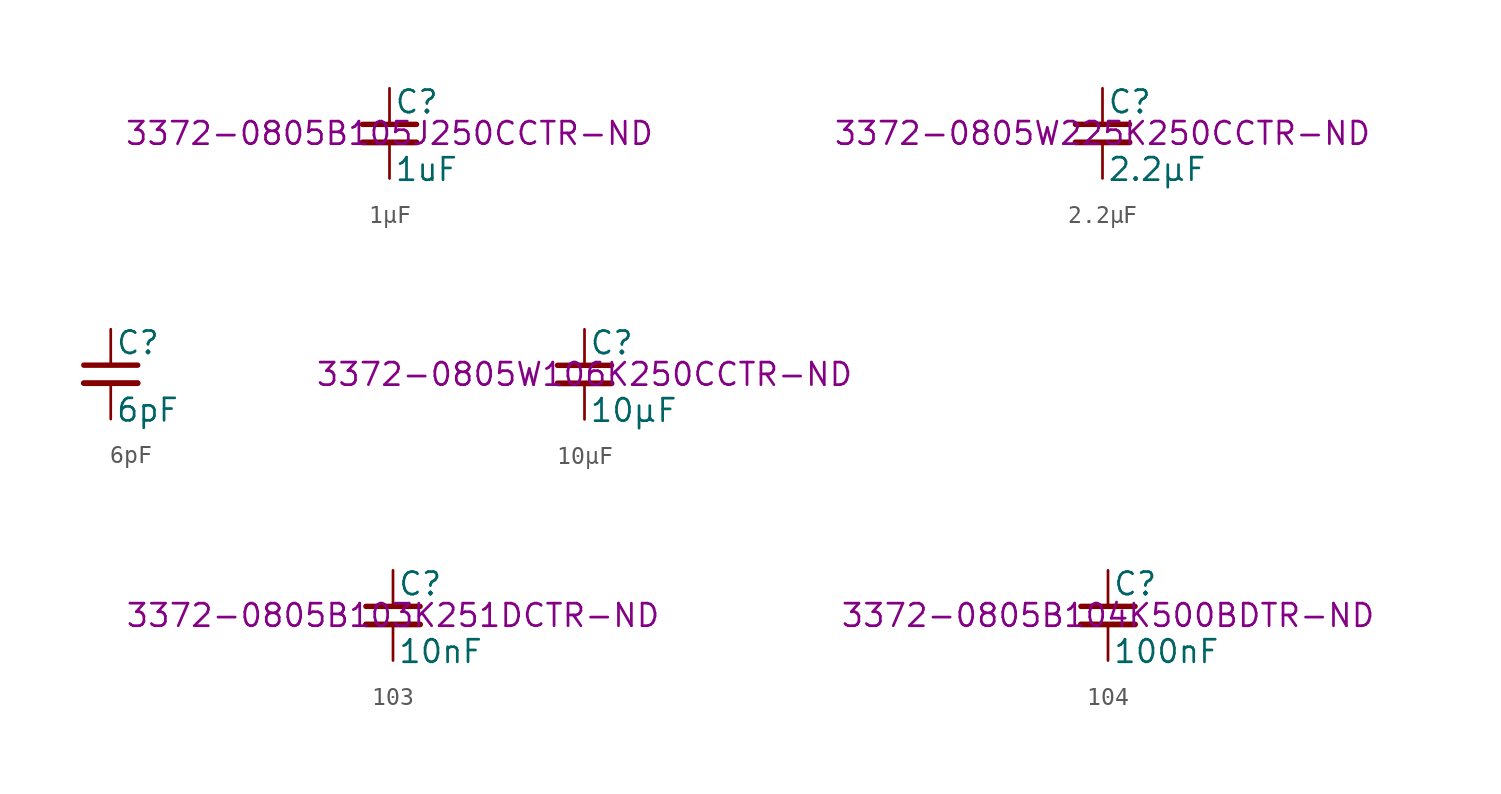
<source format=kicad_sym>
(kicad_symbol_lib
  (version 20231120)
  (generator "kicad_symbol_editor")
  (generator_version "8.0")
  (symbol "1μF"
    (pin_numbers hide)
    (pin_names
      (offset 0.254) hide)
    (property "Reference" "C"
      (at 0.254 1.778 0)
      (effects (font (size 1.27 1.27)) (justify left)))
    (property "Value" "1uF"
      (at 0.254 -2.032 0)
      (effects (font (size 1.27 1.27)) (justify left)))
    (property "Digikey part number" "3372-0805B105J250CCTR-ND"
      (at 0 0 0)
      (effects (font (size 1.27 1.27))))
    (symbol "1μF_0_1"
      (polyline (pts (xy -1.524 -0.508) (xy 1.524 -0.508)) (stroke (width 0.33) (type default)) (fill (type none)))
      (polyline (pts (xy -1.524 0.508) (xy 1.524 0.508)) (stroke (width 0.305) (type default)) (fill (type none))))
    (symbol "1μF_1_1"
      (pin passive line (at 0 2.54 270) (length 2.032) (name "~" (effects (font (size 1.27 1.27)))) (number "1" (effects (font (size 1.27 1.27)))))
      (pin passive line (at 0 -2.54 90) (length 2.032) (name "~" (effects (font (size 1.27 1.27)))) (number "2" (effects (font (size 1.27 1.27)))))))
  (symbol "2.2μF"
    (pin_numbers hide)
    (pin_names
      (offset 0.254) hide)
    (property "Reference" "C"
      (at 0.254 1.778 0)
      (effects (font (size 1.27 1.27)) (justify left)))
    (property "Value" "2.2μF"
      (at 0.254 -2.032 0)
      (effects (font (size 1.27 1.27)) (justify left)))
    (property "Digikey part number" "3372-0805W225K250CCTR-ND"
      (at 0 0 0)
      (effects (font (size 1.27 1.27))))
    (symbol "2.2μF_0_1"
      (polyline (pts (xy -1.524 -0.508) (xy 1.524 -0.508)) (stroke (width 0.33) (type default)) (fill (type none)))
      (polyline (pts (xy -1.524 0.508) (xy 1.524 0.508)) (stroke (width 0.305) (type default)) (fill (type none))))
    (symbol "2.2μF_1_1"
      (pin passive line (at 0 2.54 270) (length 2.032) (name "~" (effects (font (size 1.27 1.27)))) (number "1" (effects (font (size 1.27 1.27)))))
      (pin passive line (at 0 -2.54 90) (length 2.032) (name "~" (effects (font (size 1.27 1.27)))) (number "2" (effects (font (size 1.27 1.27)))))))
  (symbol "6pF"
    (pin_numbers hide)
    (pin_names
      (offset 0.254) hide)
    (property "Reference" "C"
      (at 0.254 1.778 0)
      (effects (font (size 1.27 1.27)) (justify left)))
    (property "Value" "6pF"
      (at 0.254 -2.032 0)
      (effects (font (size 1.27 1.27)) (justify left)))
    (symbol "6pF_0_1"
      (polyline (pts (xy -1.524 -0.508) (xy 1.524 -0.508)) (stroke (width 0.33) (type default)) (fill (type none)))
      (polyline (pts (xy -1.524 0.508) (xy 1.524 0.508)) (stroke (width 0.305) (type default)) (fill (type none))))
    (symbol "6pF_1_1"
      (pin passive line (at 0 2.54 270) (length 2.032) (name "~" (effects (font (size 1.27 1.27)))) (number "1" (effects (font (size 1.27 1.27)))))
      (pin passive line (at 0 -2.54 90) (length 2.032) (name "~" (effects (font (size 1.27 1.27)))) (number "2" (effects (font (size 1.27 1.27)))))))
  (symbol "10μF"
    (pin_numbers hide)
    (pin_names
      (offset 0.254) hide)
    (property "Reference" "C"
      (at 0.254 1.778 0)
      (effects (font (size 1.27 1.27)) (justify left)))
    (property "Value" "10μF"
      (at 0.254 -2.032 0)
      (effects (font (size 1.27 1.27)) (justify left)))
    (property "Digikey part number" "3372-0805W106K250CCTR-ND"
      (at 0 0 0)
      (effects (font (size 1.27 1.27))))
    (symbol "10μF_0_1"
      (polyline (pts (xy -1.524 -0.508) (xy 1.524 -0.508)) (stroke (width 0.33) (type default)) (fill (type none)))
      (polyline (pts (xy -1.524 0.508) (xy 1.524 0.508)) (stroke (width 0.305) (type default)) (fill (type none))))
    (symbol "10μF_1_1"
      (pin passive line (at 0 2.54 270) (length 2.032) (name "~" (effects (font (size 1.27 1.27)))) (number "1" (effects (font (size 1.27 1.27)))))
      (pin passive line (at 0 -2.54 90) (length 2.032) (name "~" (effects (font (size 1.27 1.27)))) (number "2" (effects (font (size 1.27 1.27)))))))
  (symbol "103"
    (pin_numbers hide)
    (pin_names
      (offset 0.254) hide)
    (property "Reference" "C"
      (at 0.254 1.778 0)
      (effects (font (size 1.27 1.27)) (justify left)))
    (property "Value" "10nF"
      (at 0.254 -2.032 0)
      (effects (font (size 1.27 1.27)) (justify left)))
    (property "Digikey part number" "3372-0805B103K251DCTR-ND"
      (at 0 0 0)
      (effects (font (size 1.27 1.27))))
    (symbol "103_0_1"
      (polyline (pts (xy -1.524 -0.508) (xy 1.524 -0.508)) (stroke (width 0.33) (type default)) (fill (type none)))
      (polyline (pts (xy -1.524 0.508) (xy 1.524 0.508)) (stroke (width 0.305) (type default)) (fill (type none))))
    (symbol "103_1_1"
      (pin passive line (at 0 2.54 270) (length 2.032) (name "~" (effects (font (size 1.27 1.27)))) (number "1" (effects (font (size 1.27 1.27)))))
      (pin passive line (at 0 -2.54 90) (length 2.032) (name "~" (effects (font (size 1.27 1.27)))) (number "2" (effects (font (size 1.27 1.27)))))))
  (symbol "104"
    (pin_numbers hide)
    (pin_names
      (offset 0.254) hide)
    (property "Reference" "C"
      (at 0.254 1.778 0)
      (effects (font (size 1.27 1.27)) (justify left)))
    (property "Value" "100nF"
      (at 0.254 -2.032 0)
      (effects (font (size 1.27 1.27)) (justify left)))
    (property "Digikey part number" "3372-0805B104K500BDTR-ND"
      (at 0 0 0)
      (effects (font (size 1.27 1.27))))
    (symbol "104_0_1"
      (polyline (pts (xy -1.524 -0.508) (xy 1.524 -0.508)) (stroke (width 0.33) (type default)) (fill (type none)))
      (polyline (pts (xy -1.524 0.508) (xy 1.524 0.508)) (stroke (width 0.305) (type default)) (fill (type none))))
    (symbol "104_1_1"
      (pin passive line (at 0 2.54 270) (length 2.032) (name "~" (effects (font (size 1.27 1.27)))) (number "1" (effects (font (size 1.27 1.27)))))
      (pin passive line (at 0 -2.54 90) (length 2.032) (name "~" (effects (font (size 1.27 1.27)))) (number "2" (effects (font (size 1.27 1.27))))))))
</source>
